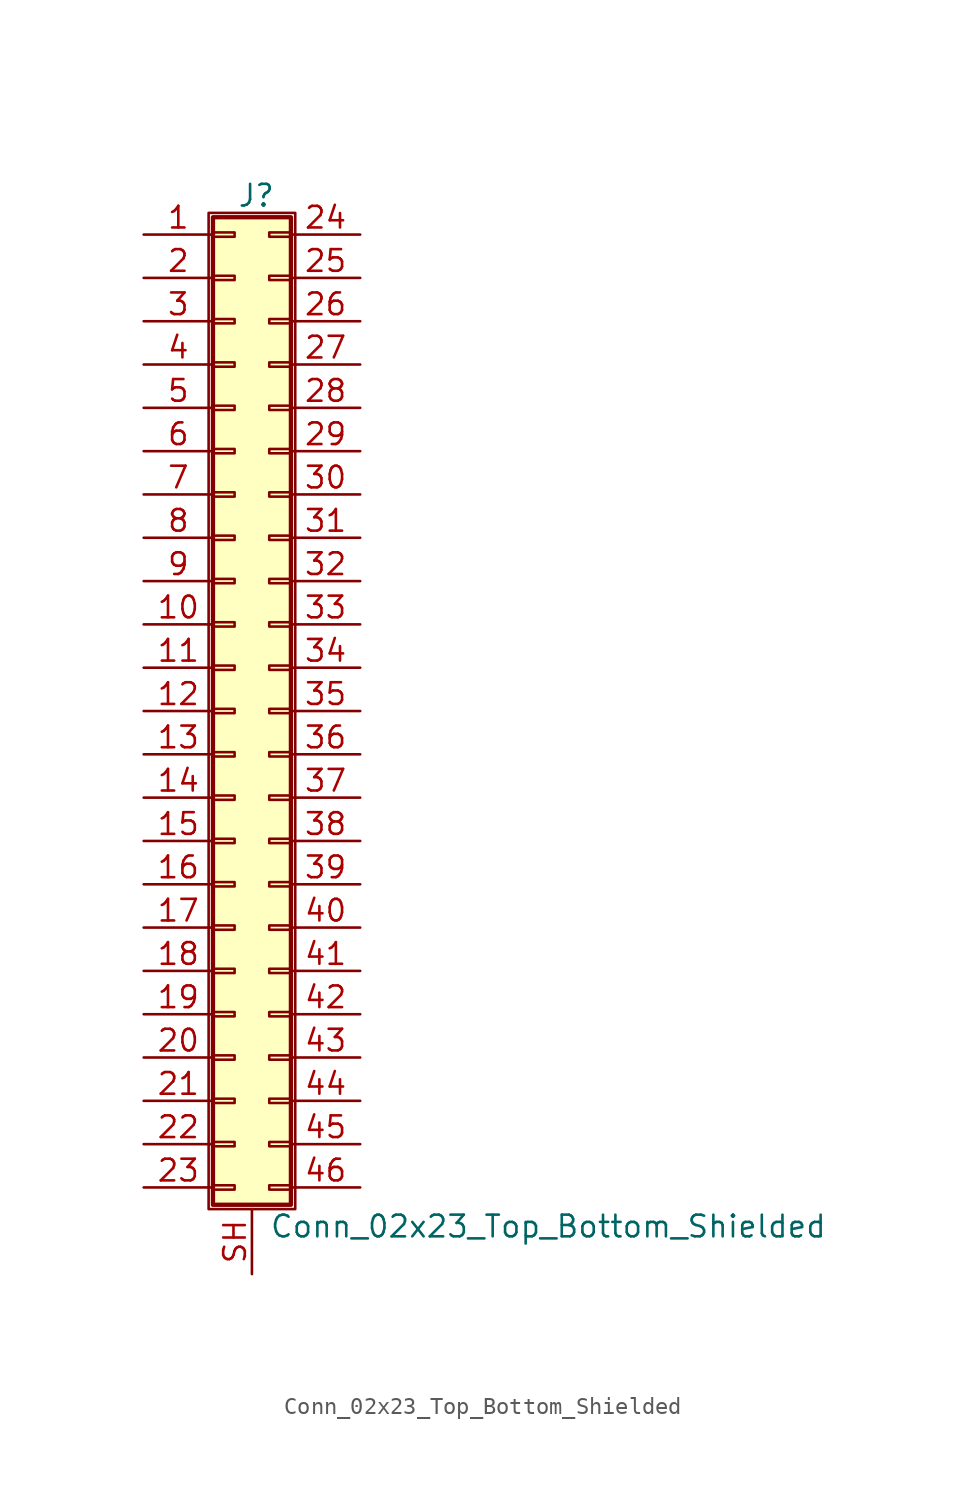
<source format=kicad_sym>
(kicad_symbol_lib
  (version 20211014)
  (generator kicad_symbol_editor)
  (symbol "Conn_02x23_Top_Bottom_Shielded"
    (pin_names
      (offset 1.016) hide)
    (property "Reference" "J"
      (at 1.524 30.226 0)
      (effects (font (size 1.27 1.27))))
    (property "Value" "Conn_02x23_Top_Bottom_Shielded"
      (at 2.286 -30.226 0)
      (effects (font (size 1.27 1.27)) (justify left)))
    (symbol "Conn_02x23_Top_Bottom_Shielded_1_1"
      (rectangle (start -1.27 29.21) (end 3.81 -29.21) (stroke (width 0.152) (type default) (color 0 0 0 0)) (fill (type none)))
      (rectangle (start -1.016 -27.813) (end 0.254 -28.067) (stroke (width 0.152) (type default) (color 0 0 0 0)) (fill (type none)))
      (rectangle (start -1.016 -25.273) (end 0.254 -25.527) (stroke (width 0.152) (type default) (color 0 0 0 0)) (fill (type none)))
      (rectangle (start -1.016 -22.733) (end 0.254 -22.987) (stroke (width 0.152) (type default) (color 0 0 0 0)) (fill (type none)))
      (rectangle (start -1.016 -20.193) (end 0.254 -20.447) (stroke (width 0.152) (type default) (color 0 0 0 0)) (fill (type none)))
      (rectangle (start -1.016 -17.653) (end 0.254 -17.907) (stroke (width 0.152) (type default) (color 0 0 0 0)) (fill (type none)))
      (rectangle (start -1.016 -15.113) (end 0.254 -15.367) (stroke (width 0.152) (type default) (color 0 0 0 0)) (fill (type none)))
      (rectangle (start -1.016 -12.573) (end 0.254 -12.827) (stroke (width 0.152) (type default) (color 0 0 0 0)) (fill (type none)))
      (rectangle (start -1.016 -10.033) (end 0.254 -10.287) (stroke (width 0.152) (type default) (color 0 0 0 0)) (fill (type none)))
      (rectangle (start -1.016 -7.493) (end 0.254 -7.747) (stroke (width 0.152) (type default) (color 0 0 0 0)) (fill (type none)))
      (rectangle (start -1.016 -4.953) (end 0.254 -5.207) (stroke (width 0.152) (type default) (color 0 0 0 0)) (fill (type none)))
      (rectangle (start -1.016 -2.413) (end 0.254 -2.667) (stroke (width 0.152) (type default) (color 0 0 0 0)) (fill (type none)))
      (rectangle (start -1.016 0.127) (end 0.254 -0.127) (stroke (width 0.152) (type default) (color 0 0 0 0)) (fill (type none)))
      (rectangle (start -1.016 2.667) (end 0.254 2.413) (stroke (width 0.152) (type default) (color 0 0 0 0)) (fill (type none)))
      (rectangle (start -1.016 5.207) (end 0.254 4.953) (stroke (width 0.152) (type default) (color 0 0 0 0)) (fill (type none)))
      (rectangle (start -1.016 7.747) (end 0.254 7.493) (stroke (width 0.152) (type default) (color 0 0 0 0)) (fill (type none)))
      (rectangle (start -1.016 10.287) (end 0.254 10.033) (stroke (width 0.152) (type default) (color 0 0 0 0)) (fill (type none)))
      (rectangle (start -1.016 12.827) (end 0.254 12.573) (stroke (width 0.152) (type default) (color 0 0 0 0)) (fill (type none)))
      (rectangle (start -1.016 15.367) (end 0.254 15.113) (stroke (width 0.152) (type default) (color 0 0 0 0)) (fill (type none)))
      (rectangle (start -1.016 17.907) (end 0.254 17.653) (stroke (width 0.152) (type default) (color 0 0 0 0)) (fill (type none)))
      (rectangle (start -1.016 20.447) (end 0.254 20.193) (stroke (width 0.152) (type default) (color 0 0 0 0)) (fill (type none)))
      (rectangle (start -1.016 22.987) (end 0.254 22.733) (stroke (width 0.152) (type default) (color 0 0 0 0)) (fill (type none)))
      (rectangle (start -1.016 25.527) (end 0.254 25.273) (stroke (width 0.152) (type default) (color 0 0 0 0)) (fill (type none)))
      (rectangle (start -1.016 28.067) (end 0.254 27.813) (stroke (width 0.152) (type default) (color 0 0 0 0)) (fill (type none)))
      (rectangle (start -1.016 28.956) (end 3.556 -28.956) (stroke (width 0.254) (type default) (color 0 0 0 0)) (fill (type background)))
      (rectangle (start 3.556 -27.813) (end 2.286 -28.067) (stroke (width 0.152) (type default) (color 0 0 0 0)) (fill (type none)))
      (rectangle (start 3.556 -25.273) (end 2.286 -25.527) (stroke (width 0.152) (type default) (color 0 0 0 0)) (fill (type none)))
      (rectangle (start 3.556 -22.733) (end 2.286 -22.987) (stroke (width 0.152) (type default) (color 0 0 0 0)) (fill (type none)))
      (rectangle (start 3.556 -20.193) (end 2.286 -20.447) (stroke (width 0.152) (type default) (color 0 0 0 0)) (fill (type none)))
      (rectangle (start 3.556 -17.653) (end 2.286 -17.907) (stroke (width 0.152) (type default) (color 0 0 0 0)) (fill (type none)))
      (rectangle (start 3.556 -15.113) (end 2.286 -15.367) (stroke (width 0.152) (type default) (color 0 0 0 0)) (fill (type none)))
      (rectangle (start 3.556 -12.573) (end 2.286 -12.827) (stroke (width 0.152) (type default) (color 0 0 0 0)) (fill (type none)))
      (rectangle (start 3.556 -10.033) (end 2.286 -10.287) (stroke (width 0.152) (type default) (color 0 0 0 0)) (fill (type none)))
      (rectangle (start 3.556 -7.493) (end 2.286 -7.747) (stroke (width 0.152) (type default) (color 0 0 0 0)) (fill (type none)))
      (rectangle (start 3.556 -4.953) (end 2.286 -5.207) (stroke (width 0.152) (type default) (color 0 0 0 0)) (fill (type none)))
      (rectangle (start 3.556 -2.413) (end 2.286 -2.667) (stroke (width 0.152) (type default) (color 0 0 0 0)) (fill (type none)))
      (rectangle (start 3.556 0.127) (end 2.286 -0.127) (stroke (width 0.152) (type default) (color 0 0 0 0)) (fill (type none)))
      (rectangle (start 3.556 2.667) (end 2.286 2.413) (stroke (width 0.152) (type default) (color 0 0 0 0)) (fill (type none)))
      (rectangle (start 3.556 5.207) (end 2.286 4.953) (stroke (width 0.152) (type default) (color 0 0 0 0)) (fill (type none)))
      (rectangle (start 3.556 7.747) (end 2.286 7.493) (stroke (width 0.152) (type default) (color 0 0 0 0)) (fill (type none)))
      (rectangle (start 3.556 10.287) (end 2.286 10.033) (stroke (width 0.152) (type default) (color 0 0 0 0)) (fill (type none)))
      (rectangle (start 3.556 12.827) (end 2.286 12.573) (stroke (width 0.152) (type default) (color 0 0 0 0)) (fill (type none)))
      (rectangle (start 3.556 15.367) (end 2.286 15.113) (stroke (width 0.152) (type default) (color 0 0 0 0)) (fill (type none)))
      (rectangle (start 3.556 17.907) (end 2.286 17.653) (stroke (width 0.152) (type default) (color 0 0 0 0)) (fill (type none)))
      (rectangle (start 3.556 20.447) (end 2.286 20.193) (stroke (width 0.152) (type default) (color 0 0 0 0)) (fill (type none)))
      (rectangle (start 3.556 22.987) (end 2.286 22.733) (stroke (width 0.152) (type default) (color 0 0 0 0)) (fill (type none)))
      (rectangle (start 3.556 25.527) (end 2.286 25.273) (stroke (width 0.152) (type default) (color 0 0 0 0)) (fill (type none)))
      (rectangle (start 3.556 28.067) (end 2.286 27.813) (stroke (width 0.152) (type default) (color 0 0 0 0)) (fill (type none)))
      (pin passive line (at -5.08 27.94 0) (length 4.064) (name "Pin_1" (effects (font (size 1.27 1.27)))) (number "1" (effects (font (size 1.27 1.27)))))
      (pin passive line (at -5.08 5.08 0) (length 4.064) (name "Pin_10" (effects (font (size 1.27 1.27)))) (number "10" (effects (font (size 1.27 1.27)))))
      (pin passive line (at -5.08 2.54 0) (length 4.064) (name "Pin_11" (effects (font (size 1.27 1.27)))) (number "11" (effects (font (size 1.27 1.27)))))
      (pin passive line (at -5.08 0 0) (length 4.064) (name "Pin_12" (effects (font (size 1.27 1.27)))) (number "12" (effects (font (size 1.27 1.27)))))
      (pin passive line (at -5.08 -2.54 0) (length 4.064) (name "Pin_13" (effects (font (size 1.27 1.27)))) (number "13" (effects (font (size 1.27 1.27)))))
      (pin passive line (at -5.08 -5.08 0) (length 4.064) (name "Pin_14" (effects (font (size 1.27 1.27)))) (number "14" (effects (font (size 1.27 1.27)))))
      (pin passive line (at -5.08 -7.62 0) (length 4.064) (name "Pin_15" (effects (font (size 1.27 1.27)))) (number "15" (effects (font (size 1.27 1.27)))))
      (pin passive line (at -5.08 -10.16 0) (length 4.064) (name "Pin_16" (effects (font (size 1.27 1.27)))) (number "16" (effects (font (size 1.27 1.27)))))
      (pin passive line (at -5.08 -12.7 0) (length 4.064) (name "Pin_17" (effects (font (size 1.27 1.27)))) (number "17" (effects (font (size 1.27 1.27)))))
      (pin passive line (at -5.08 -15.24 0) (length 4.064) (name "Pin_18" (effects (font (size 1.27 1.27)))) (number "18" (effects (font (size 1.27 1.27)))))
      (pin passive line (at -5.08 -17.78 0) (length 4.064) (name "Pin_19" (effects (font (size 1.27 1.27)))) (number "19" (effects (font (size 1.27 1.27)))))
      (pin passive line (at -5.08 25.4 0) (length 4.064) (name "Pin_2" (effects (font (size 1.27 1.27)))) (number "2" (effects (font (size 1.27 1.27)))))
      (pin passive line (at -5.08 -20.32 0) (length 4.064) (name "Pin_20" (effects (font (size 1.27 1.27)))) (number "20" (effects (font (size 1.27 1.27)))))
      (pin passive line (at -5.08 -22.86 0) (length 4.064) (name "Pin_21" (effects (font (size 1.27 1.27)))) (number "21" (effects (font (size 1.27 1.27)))))
      (pin passive line (at -5.08 -25.4 0) (length 4.064) (name "Pin_22" (effects (font (size 1.27 1.27)))) (number "22" (effects (font (size 1.27 1.27)))))
      (pin passive line (at -5.08 -27.94 0) (length 4.064) (name "Pin_23" (effects (font (size 1.27 1.27)))) (number "23" (effects (font (size 1.27 1.27)))))
      (pin passive line (at 7.62 27.94 180) (length 4.064) (name "Pin_24" (effects (font (size 1.27 1.27)))) (number "24" (effects (font (size 1.27 1.27)))))
      (pin passive line (at 7.62 25.4 180) (length 4.064) (name "Pin_25" (effects (font (size 1.27 1.27)))) (number "25" (effects (font (size 1.27 1.27)))))
      (pin passive line (at 7.62 22.86 180) (length 4.064) (name "Pin_26" (effects (font (size 1.27 1.27)))) (number "26" (effects (font (size 1.27 1.27)))))
      (pin passive line (at 7.62 20.32 180) (length 4.064) (name "Pin_27" (effects (font (size 1.27 1.27)))) (number "27" (effects (font (size 1.27 1.27)))))
      (pin passive line (at 7.62 17.78 180) (length 4.064) (name "Pin_28" (effects (font (size 1.27 1.27)))) (number "28" (effects (font (size 1.27 1.27)))))
      (pin passive line (at 7.62 15.24 180) (length 4.064) (name "Pin_29" (effects (font (size 1.27 1.27)))) (number "29" (effects (font (size 1.27 1.27)))))
      (pin passive line (at -5.08 22.86 0) (length 4.064) (name "Pin_3" (effects (font (size 1.27 1.27)))) (number "3" (effects (font (size 1.27 1.27)))))
      (pin passive line (at 7.62 12.7 180) (length 4.064) (name "Pin_30" (effects (font (size 1.27 1.27)))) (number "30" (effects (font (size 1.27 1.27)))))
      (pin passive line (at 7.62 10.16 180) (length 4.064) (name "Pin_31" (effects (font (size 1.27 1.27)))) (number "31" (effects (font (size 1.27 1.27)))))
      (pin passive line (at 7.62 7.62 180) (length 4.064) (name "Pin_32" (effects (font (size 1.27 1.27)))) (number "32" (effects (font (size 1.27 1.27)))))
      (pin passive line (at 7.62 5.08 180) (length 4.064) (name "Pin_33" (effects (font (size 1.27 1.27)))) (number "33" (effects (font (size 1.27 1.27)))))
      (pin passive line (at 7.62 2.54 180) (length 4.064) (name "Pin_34" (effects (font (size 1.27 1.27)))) (number "34" (effects (font (size 1.27 1.27)))))
      (pin passive line (at 7.62 0 180) (length 4.064) (name "Pin_35" (effects (font (size 1.27 1.27)))) (number "35" (effects (font (size 1.27 1.27)))))
      (pin passive line (at 7.62 -2.54 180) (length 4.064) (name "Pin_36" (effects (font (size 1.27 1.27)))) (number "36" (effects (font (size 1.27 1.27)))))
      (pin passive line (at 7.62 -5.08 180) (length 4.064) (name "Pin_37" (effects (font (size 1.27 1.27)))) (number "37" (effects (font (size 1.27 1.27)))))
      (pin passive line (at 7.62 -7.62 180) (length 4.064) (name "Pin_38" (effects (font (size 1.27 1.27)))) (number "38" (effects (font (size 1.27 1.27)))))
      (pin passive line (at 7.62 -10.16 180) (length 4.064) (name "Pin_39" (effects (font (size 1.27 1.27)))) (number "39" (effects (font (size 1.27 1.27)))))
      (pin passive line (at -5.08 20.32 0) (length 4.064) (name "Pin_4" (effects (font (size 1.27 1.27)))) (number "4" (effects (font (size 1.27 1.27)))))
      (pin passive line (at 7.62 -12.7 180) (length 4.064) (name "Pin_40" (effects (font (size 1.27 1.27)))) (number "40" (effects (font (size 1.27 1.27)))))
      (pin passive line (at 7.62 -15.24 180) (length 4.064) (name "Pin_41" (effects (font (size 1.27 1.27)))) (number "41" (effects (font (size 1.27 1.27)))))
      (pin passive line (at 7.62 -17.78 180) (length 4.064) (name "Pin_42" (effects (font (size 1.27 1.27)))) (number "42" (effects (font (size 1.27 1.27)))))
      (pin passive line (at 7.62 -20.32 180) (length 4.064) (name "Pin_43" (effects (font (size 1.27 1.27)))) (number "43" (effects (font (size 1.27 1.27)))))
      (pin passive line (at 7.62 -22.86 180) (length 4.064) (name "Pin_44" (effects (font (size 1.27 1.27)))) (number "44" (effects (font (size 1.27 1.27)))))
      (pin passive line (at 7.62 -25.4 180) (length 4.064) (name "Pin_45" (effects (font (size 1.27 1.27)))) (number "45" (effects (font (size 1.27 1.27)))))
      (pin passive line (at 7.62 -27.94 180) (length 4.064) (name "Pin_46" (effects (font (size 1.27 1.27)))) (number "46" (effects (font (size 1.27 1.27)))))
      (pin passive line (at -5.08 17.78 0) (length 4.064) (name "Pin_5" (effects (font (size 1.27 1.27)))) (number "5" (effects (font (size 1.27 1.27)))))
      (pin passive line (at -5.08 15.24 0) (length 4.064) (name "Pin_6" (effects (font (size 1.27 1.27)))) (number "6" (effects (font (size 1.27 1.27)))))
      (pin passive line (at -5.08 12.7 0) (length 4.064) (name "Pin_7" (effects (font (size 1.27 1.27)))) (number "7" (effects (font (size 1.27 1.27)))))
      (pin passive line (at -5.08 10.16 0) (length 4.064) (name "Pin_8" (effects (font (size 1.27 1.27)))) (number "8" (effects (font (size 1.27 1.27)))))
      (pin passive line (at -5.08 7.62 0) (length 4.064) (name "Pin_9" (effects (font (size 1.27 1.27)))) (number "9" (effects (font (size 1.27 1.27)))))
      (pin passive line (at 1.27 -33.02 90) (length 3.81) (name "Shield" (effects (font (size 1.27 1.27)))) (number "SH" (effects (font (size 1.27 1.27))))))))
</source>
